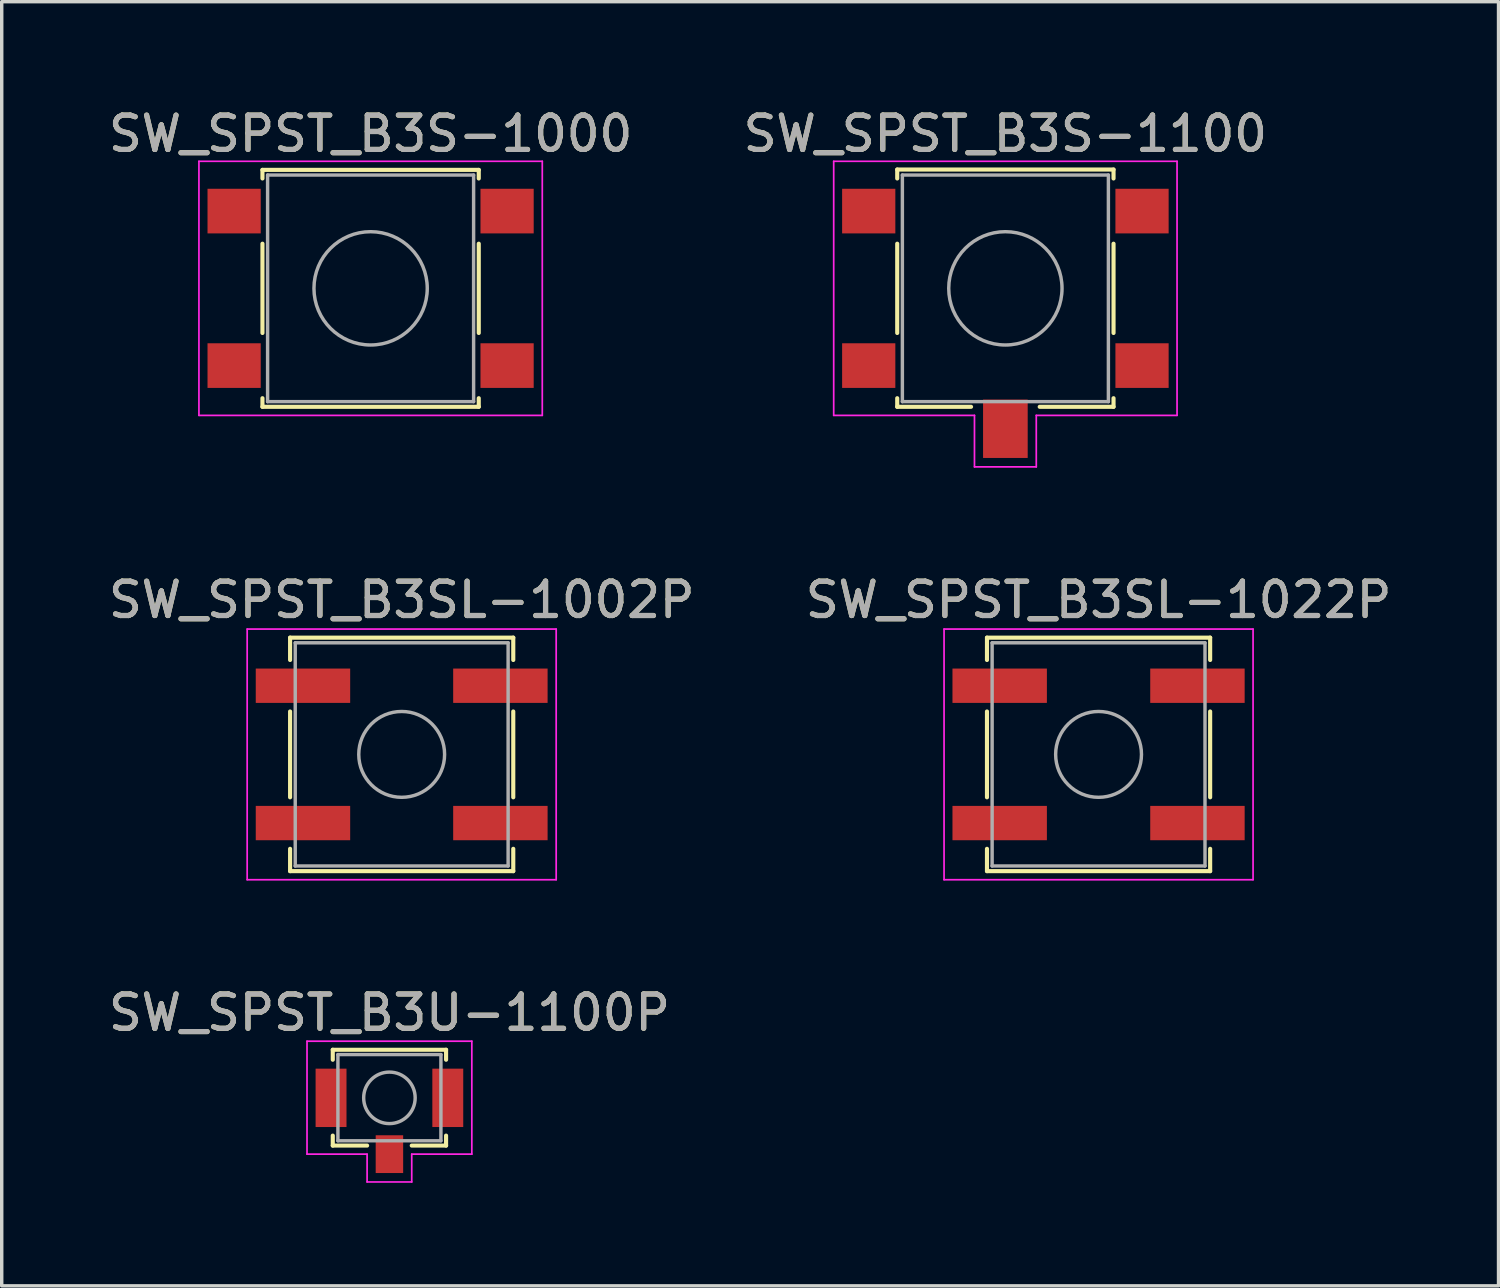
<source format=kicad_pcb>
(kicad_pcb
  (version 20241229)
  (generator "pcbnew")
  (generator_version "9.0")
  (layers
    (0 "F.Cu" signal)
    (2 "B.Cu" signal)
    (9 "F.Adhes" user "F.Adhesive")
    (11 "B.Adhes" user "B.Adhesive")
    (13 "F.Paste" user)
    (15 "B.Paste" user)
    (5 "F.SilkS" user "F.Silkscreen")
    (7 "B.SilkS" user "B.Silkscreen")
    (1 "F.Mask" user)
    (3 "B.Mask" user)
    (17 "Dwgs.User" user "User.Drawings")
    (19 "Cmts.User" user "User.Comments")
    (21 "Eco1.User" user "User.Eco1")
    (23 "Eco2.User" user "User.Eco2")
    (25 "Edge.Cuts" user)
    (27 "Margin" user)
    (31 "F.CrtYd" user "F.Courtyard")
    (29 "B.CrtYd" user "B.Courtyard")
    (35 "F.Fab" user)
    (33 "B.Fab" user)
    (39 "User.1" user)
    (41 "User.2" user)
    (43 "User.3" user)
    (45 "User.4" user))
  (footprint "SW_SPST_B3SL-1002P"
    (layer "F.Cu")
    (at 8.649 18.922)
    (property "Reference" "SW_SPST_B3SL-1002P" (at 0 -4.5 0) (layer "F.SilkS") (effects (font (size 1 1) (thickness 0.15))))
    (attr smd)
    (fp_line (start -3.25 -3.4) (end -3.25 -2.75) (stroke (width 0.12) (type solid)) (layer "F.SilkS"))
    (fp_line (start -3.25 -1.25) (end -3.25 1.25) (stroke (width 0.12) (type solid)) (layer "F.SilkS"))
    (fp_line (start -3.25 3.4) (end -3.25 2.75) (stroke (width 0.12) (type solid)) (layer "F.SilkS"))
    (fp_line (start 3.25 -3.4) (end -3.25 -3.4) (stroke (width 0.12) (type solid)) (layer "F.SilkS"))
    (fp_line (start 3.25 -2.75) (end 3.25 -3.4) (stroke (width 0.12) (type solid)) (layer "F.SilkS"))
    (fp_line (start 3.25 -1.25) (end 3.25 1.25) (stroke (width 0.12) (type solid)) (layer "F.SilkS"))
    (fp_line (start 3.25 2.75) (end 3.25 3.4) (stroke (width 0.12) (type solid)) (layer "F.SilkS"))
    (fp_line (start 3.25 3.4) (end -3.25 3.4) (stroke (width 0.12) (type solid)) (layer "F.SilkS"))
    (fp_line (start -4.5 -3.65) (end -4.5 3.65) (stroke (width 0.05) (type solid)) (layer "F.CrtYd"))
    (fp_line (start -4.5 3.65) (end 4.5 3.65) (stroke (width 0.05) (type solid)) (layer "F.CrtYd"))
    (fp_line (start 4.5 -3.65) (end -4.5 -3.65) (stroke (width 0.05) (type solid)) (layer "F.CrtYd"))
    (fp_line (start 4.5 3.65) (end 4.5 -3.65) (stroke (width 0.05) (type solid)) (layer "F.CrtYd"))
    (fp_line (start -3.1 -3.25) (end 3.1 -3.25) (stroke (width 0.1) (type solid)) (layer "F.Fab"))
    (fp_line (start -3.1 3.25) (end -3.1 -3.25) (stroke (width 0.1) (type solid)) (layer "F.Fab"))
    (fp_line (start 3.1 -3.25) (end 3.1 3.25) (stroke (width 0.1) (type solid)) (layer "F.Fab"))
    (fp_line (start 3.1 3.25) (end -3.1 3.25) (stroke (width 0.1) (type solid)) (layer "F.Fab"))
    (fp_circle (center 0 0) (end 1.25 0) (stroke (width 0.1) (type solid)) (fill no) (layer "F.Fab"))
    (fp_text user "${REFERENCE}" (at 0 -4.5 0) (layer "F.Fab") (effects (font (size 1 1) (thickness 0.15))))
    (pad "1" smd rect (at -2.875 -2) (size 2.75 1) (layers "F.Cu" "F.Mask" "F.Paste"))
    (pad "1" smd rect (at 2.875 -2) (size 2.75 1) (layers "F.Cu" "F.Mask" "F.Paste"))
    (pad "2" smd rect (at -2.875 2) (size 2.75 1) (layers "F.Cu" "F.Mask" "F.Paste"))
    (pad "2" smd rect (at 2.875 2) (size 2.75 1) (layers "F.Cu" "F.Mask" "F.Paste")))
  (footprint "SW_SPST_B3S-1100"
    (layer "F.Cu")
    (at 26.232 6.268)
    (property "Reference" "SW_SPST_B3S-1100" (at 0 -5.42 0) (layer "F.SilkS") (effects (font (size 1 1) (thickness 0.15))))
    (attr smd)
    (fp_line (start -3.15 -4.38) (end 3.15 -4.38) (stroke (width 0.12) (type solid)) (layer "F.SilkS"))
    (fp_line (start -3.15 -4.12) (end -3.15 -4.38) (stroke (width 0.12) (type solid)) (layer "F.SilkS"))
    (fp_line (start -3.15 0.38) (end -3.15 -2.22) (stroke (width 0.12) (type solid)) (layer "F.SilkS"))
    (fp_line (start -3.15 2.53) (end -3.15 2.28) (stroke (width 0.12) (type solid)) (layer "F.SilkS"))
    (fp_line (start -3.15 2.53) (end -1 2.53) (stroke (width 0.12) (type solid)) (layer "F.SilkS"))
    (fp_line (start 3.15 -4.38) (end 3.15 -4.12) (stroke (width 0.12) (type solid)) (layer "F.SilkS"))
    (fp_line (start 3.15 -2.22) (end 3.15 0.38) (stroke (width 0.12) (type solid)) (layer "F.SilkS"))
    (fp_line (start 3.15 2.28) (end 3.15 2.53) (stroke (width 0.12) (type solid)) (layer "F.SilkS"))
    (fp_line (start 3.15 2.53) (end 1 2.53) (stroke (width 0.12) (type solid)) (layer "F.SilkS"))
    (fp_line (start -5 -4.62) (end -5 2.78) (stroke (width 0.05) (type solid)) (layer "F.CrtYd"))
    (fp_line (start -5 2.78) (end -0.9 2.78) (stroke (width 0.05) (type solid)) (layer "F.CrtYd"))
    (fp_line (start -0.9 2.78) (end -0.9 4.28) (stroke (width 0.05) (type solid)) (layer "F.CrtYd"))
    (fp_line (start -0.9 4.28) (end 0.9 4.28) (stroke (width 0.05) (type solid)) (layer "F.CrtYd"))
    (fp_line (start 0.9 4.28) (end 0.9 2.78) (stroke (width 0.05) (type solid)) (layer "F.CrtYd"))
    (fp_line (start 5 -4.62) (end -5 -4.62) (stroke (width 0.05) (type solid)) (layer "F.CrtYd"))
    (fp_line (start 5 2.78) (end 0.9 2.78) (stroke (width 0.05) (type solid)) (layer "F.CrtYd"))
    (fp_line (start 5 2.78) (end 5 -4.62) (stroke (width 0.05) (type solid)) (layer "F.CrtYd"))
    (fp_line (start -3 -4.22) (end 3 -4.22) (stroke (width 0.1) (type solid)) (layer "F.Fab"))
    (fp_line (start -3 2.38) (end -3 -4.22) (stroke (width 0.1) (type solid)) (layer "F.Fab"))
    (fp_line (start 3 -4.22) (end 3 2.38) (stroke (width 0.1) (type solid)) (layer "F.Fab"))
    (fp_line (start 3 2.38) (end -3 2.38) (stroke (width 0.1) (type solid)) (layer "F.Fab"))
    (fp_circle (center 0 -0.92) (end 1.65 -0.92) (stroke (width 0.1) (type solid)) (fill no) (layer "F.Fab"))
    (fp_text user "${REFERENCE}" (at 0 -5.42 0) (layer "F.Fab") (effects (font (size 1 1) (thickness 0.15))))
    (pad "1" smd rect (at -3.98 -3.17) (size 1.55 1.3) (layers "F.Cu" "F.Mask" "F.Paste"))
    (pad "1" smd rect (at 3.98 -3.17) (size 1.55 1.3) (layers "F.Cu" "F.Mask" "F.Paste"))
    (pad "2" smd rect (at -3.98 1.33) (size 1.55 1.3) (layers "F.Cu" "F.Mask" "F.Paste"))
    (pad "2" smd rect (at 3.98 1.33) (size 1.55 1.3) (layers "F.Cu" "F.Mask" "F.Paste"))
    (pad "3" smd rect (at 0 3.17) (size 1.3 1.7) (layers "F.Cu" "F.Mask" "F.Paste")))
  (footprint "SW_SPST_B3SL-1022P"
    (layer "F.Cu")
    (at 28.946 18.922)
    (property "Reference" "SW_SPST_B3SL-1022P" (at 0 -4.5 0) (layer "F.SilkS") (effects (font (size 1 1) (thickness 0.15))))
    (attr smd)
    (fp_line (start -3.25 -3.4) (end -3.25 -2.75) (stroke (width 0.12) (type solid)) (layer "F.SilkS"))
    (fp_line (start -3.25 -1.25) (end -3.25 1.25) (stroke (width 0.12) (type solid)) (layer "F.SilkS"))
    (fp_line (start -3.25 3.4) (end -3.25 2.75) (stroke (width 0.12) (type solid)) (layer "F.SilkS"))
    (fp_line (start 3.25 -3.4) (end -3.25 -3.4) (stroke (width 0.12) (type solid)) (layer "F.SilkS"))
    (fp_line (start 3.25 -2.75) (end 3.25 -3.4) (stroke (width 0.12) (type solid)) (layer "F.SilkS"))
    (fp_line (start 3.25 -1.25) (end 3.25 1.25) (stroke (width 0.12) (type solid)) (layer "F.SilkS"))
    (fp_line (start 3.25 2.75) (end 3.25 3.4) (stroke (width 0.12) (type solid)) (layer "F.SilkS"))
    (fp_line (start 3.25 3.4) (end -3.25 3.4) (stroke (width 0.12) (type solid)) (layer "F.SilkS"))
    (fp_line (start -4.5 -3.65) (end -4.5 3.65) (stroke (width 0.05) (type solid)) (layer "F.CrtYd"))
    (fp_line (start -4.5 3.65) (end 4.5 3.65) (stroke (width 0.05) (type solid)) (layer "F.CrtYd"))
    (fp_line (start 4.5 -3.65) (end -4.5 -3.65) (stroke (width 0.05) (type solid)) (layer "F.CrtYd"))
    (fp_line (start 4.5 3.65) (end 4.5 -3.65) (stroke (width 0.05) (type solid)) (layer "F.CrtYd"))
    (fp_line (start -3.1 -3.25) (end 3.1 -3.25) (stroke (width 0.1) (type solid)) (layer "F.Fab"))
    (fp_line (start -3.1 3.25) (end -3.1 -3.25) (stroke (width 0.1) (type solid)) (layer "F.Fab"))
    (fp_line (start 3.1 -3.25) (end 3.1 3.25) (stroke (width 0.1) (type solid)) (layer "F.Fab"))
    (fp_line (start 3.1 3.25) (end -3.1 3.25) (stroke (width 0.1) (type solid)) (layer "F.Fab"))
    (fp_circle (center 0 0) (end 1.25 0) (stroke (width 0.1) (type solid)) (fill no) (layer "F.Fab"))
    (fp_text user "${REFERENCE}" (at 0 -4.5 0) (layer "F.Fab") (effects (font (size 1 1) (thickness 0.15))))
    (pad "1" smd rect (at -2.88 -2) (size 2.75 1) (layers "F.Cu" "F.Mask" "F.Paste"))
    (pad "1" smd rect (at 2.88 -2) (size 2.75 1) (layers "F.Cu" "F.Mask" "F.Paste"))
    (pad "2" smd rect (at -2.88 2) (size 2.75 1) (layers "F.Cu" "F.Mask" "F.Paste"))
    (pad "2" smd rect (at 2.88 2) (size 2.75 1) (layers "F.Cu" "F.Mask" "F.Paste")))
  (footprint "SW_SPST_B3U-1100P"
    (layer "F.Cu")
    (at 8.292 29.745)
    (property "Reference" "SW_SPST_B3U-1100P" (at 0 -3.3 0) (layer "F.SilkS") (effects (font (size 1 1) (thickness 0.15))))
    (attr smd)
    (fp_line (start -1.65 -2.22) (end 1.65 -2.22) (stroke (width 0.12) (type solid)) (layer "F.SilkS"))
    (fp_line (start -1.65 -1.93) (end -1.65 -2.22) (stroke (width 0.12) (type solid)) (layer "F.SilkS"))
    (fp_line (start -1.65 0.28) (end -1.65 0.57) (stroke (width 0.12) (type solid)) (layer "F.SilkS"))
    (fp_line (start -1.65 0.57) (end -0.65 0.57) (stroke (width 0.12) (type solid)) (layer "F.SilkS"))
    (fp_line (start 1.65 -2.22) (end 1.65 -1.93) (stroke (width 0.12) (type solid)) (layer "F.SilkS"))
    (fp_line (start 1.65 0.57) (end 0.65 0.57) (stroke (width 0.12) (type solid)) (layer "F.SilkS"))
    (fp_line (start 1.65 0.57) (end 1.65 0.28) (stroke (width 0.12) (type solid)) (layer "F.SilkS"))
    (fp_line (start -2.4 -2.47) (end -2.4 0.82) (stroke (width 0.05) (type solid)) (layer "F.CrtYd"))
    (fp_line (start -2.4 0.82) (end -0.65 0.82) (stroke (width 0.05) (type solid)) (layer "F.CrtYd"))
    (fp_line (start -0.65 0.82) (end -0.65 1.63) (stroke (width 0.05) (type solid)) (layer "F.CrtYd"))
    (fp_line (start -0.65 1.63) (end 0.65 1.63) (stroke (width 0.05) (type solid)) (layer "F.CrtYd"))
    (fp_line (start 0.65 0.82) (end 2.4 0.82) (stroke (width 0.05) (type solid)) (layer "F.CrtYd"))
    (fp_line (start 0.65 1.63) (end 0.65 0.82) (stroke (width 0.05) (type solid)) (layer "F.CrtYd"))
    (fp_line (start 2.4 -2.47) (end -2.4 -2.47) (stroke (width 0.05) (type solid)) (layer "F.CrtYd"))
    (fp_line (start 2.4 0.82) (end 2.4 -2.47) (stroke (width 0.05) (type solid)) (layer "F.CrtYd"))
    (fp_line (start -1.5 -2.08) (end 1.5 -2.08) (stroke (width 0.1) (type solid)) (layer "F.Fab"))
    (fp_line (start -1.5 0.43) (end -1.5 -2.08) (stroke (width 0.1) (type solid)) (layer "F.Fab"))
    (fp_line (start 1.5 -2.08) (end 1.5 0.43) (stroke (width 0.1) (type solid)) (layer "F.Fab"))
    (fp_line (start 1.5 0.43) (end -1.5 0.43) (stroke (width 0.1) (type solid)) (layer "F.Fab"))
    (fp_circle (center 0 -0.82) (end 0.75 -0.82) (stroke (width 0.1) (type solid)) (fill no) (layer "F.Fab"))
    (fp_text user "${REFERENCE}" (at 0 -3.3 0) (layer "F.Fab") (effects (font (size 1 1) (thickness 0.15))))
    (pad "1" smd rect (at -1.7 -0.82) (size 0.9 1.7) (layers "F.Cu" "F.Mask" "F.Paste"))
    (pad "2" smd rect (at 1.7 -0.82) (size 0.9 1.7) (layers "F.Cu" "F.Mask" "F.Paste"))
    (pad "3" smd rect (at 0 0.82) (size 0.8 1.1) (layers "F.Cu" "F.Mask" "F.Paste")))
  (footprint "SW_SPST_B3S-1000"
    (layer "F.Cu")
    (at 7.744 5.348)
    (property "Reference" "SW_SPST_B3S-1000" (at 0 -4.5 0) (layer "F.SilkS") (effects (font (size 1 1) (thickness 0.15))))
    (attr smd)
    (fp_line (start -3.15 -3.45) (end 3.15 -3.45) (stroke (width 0.12) (type solid)) (layer "F.SilkS"))
    (fp_line (start -3.15 -3.2) (end -3.15 -3.45) (stroke (width 0.12) (type solid)) (layer "F.SilkS"))
    (fp_line (start -3.15 1.3) (end -3.15 -1.3) (stroke (width 0.12) (type solid)) (layer "F.SilkS"))
    (fp_line (start -3.15 3.45) (end -3.15 3.2) (stroke (width 0.12) (type solid)) (layer "F.SilkS"))
    (fp_line (start 3.15 -3.45) (end 3.15 -3.2) (stroke (width 0.12) (type solid)) (layer "F.SilkS"))
    (fp_line (start 3.15 -1.3) (end 3.15 1.3) (stroke (width 0.12) (type solid)) (layer "F.SilkS"))
    (fp_line (start 3.15 3.2) (end 3.15 3.45) (stroke (width 0.12) (type solid)) (layer "F.SilkS"))
    (fp_line (start 3.15 3.45) (end -3.15 3.45) (stroke (width 0.12) (type solid)) (layer "F.SilkS"))
    (fp_line (start -5 -3.7) (end -5 3.7) (stroke (width 0.05) (type solid)) (layer "F.CrtYd"))
    (fp_line (start -5 3.7) (end 5 3.7) (stroke (width 0.05) (type solid)) (layer "F.CrtYd"))
    (fp_line (start 5 -3.7) (end -5 -3.7) (stroke (width 0.05) (type solid)) (layer "F.CrtYd"))
    (fp_line (start 5 3.7) (end 5 -3.7) (stroke (width 0.05) (type solid)) (layer "F.CrtYd"))
    (fp_line (start -3 -3.3) (end 3 -3.3) (stroke (width 0.1) (type solid)) (layer "F.Fab"))
    (fp_line (start -3 3.3) (end -3 -3.3) (stroke (width 0.1) (type solid)) (layer "F.Fab"))
    (fp_line (start 3 -3.3) (end 3 3.3) (stroke (width 0.1) (type solid)) (layer "F.Fab"))
    (fp_line (start 3 3.3) (end -3 3.3) (stroke (width 0.1) (type solid)) (layer "F.Fab"))
    (fp_circle (center 0 0) (end 1.65 0) (stroke (width 0.1) (type solid)) (fill no) (layer "F.Fab"))
    (fp_text user "${REFERENCE}" (at 0 -4.5 0) (layer "F.Fab") (effects (font (size 1 1) (thickness 0.15))))
    (pad "1" smd rect (at -3.975 -2.25) (size 1.55 1.3) (layers "F.Cu" "F.Mask" "F.Paste"))
    (pad "1" smd rect (at 3.975 -2.25) (size 1.55 1.3) (layers "F.Cu" "F.Mask" "F.Paste"))
    (pad "2" smd rect (at -3.975 2.25) (size 1.55 1.3) (layers "F.Cu" "F.Mask" "F.Paste"))
    (pad "2" smd rect (at 3.975 2.25) (size 1.55 1.3) (layers "F.Cu" "F.Mask" "F.Paste")))
  (gr_rect
    (start -3 -3)
    (end 40.595 34.4)
    (stroke (width 0.1) (type default))
    (fill no)
    (layer "Edge.Cuts")))
</source>
